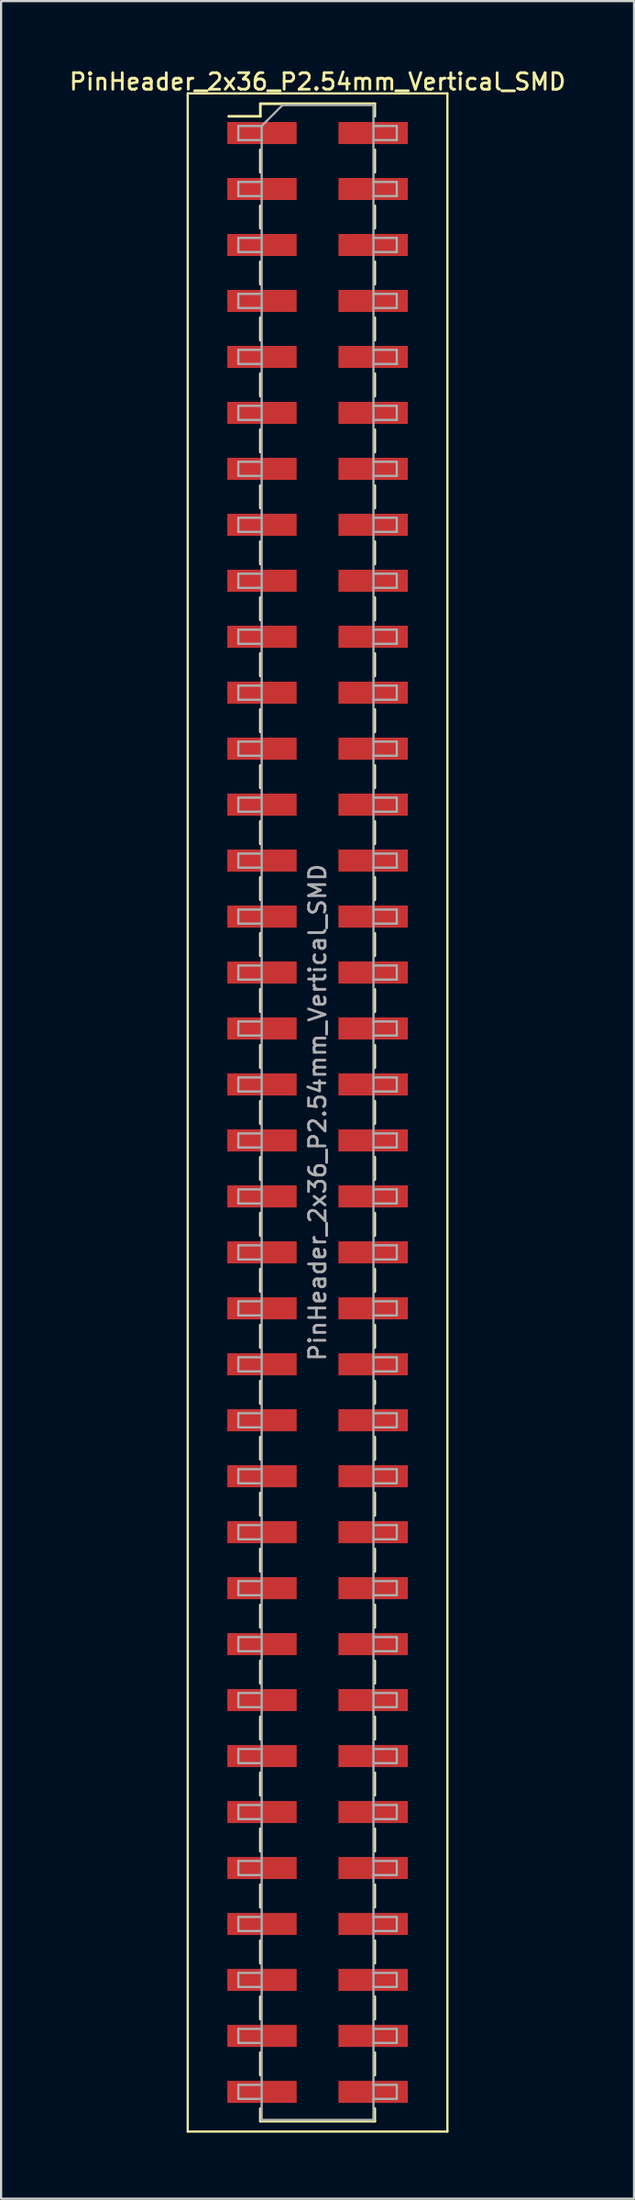
<source format=kicad_pcb>
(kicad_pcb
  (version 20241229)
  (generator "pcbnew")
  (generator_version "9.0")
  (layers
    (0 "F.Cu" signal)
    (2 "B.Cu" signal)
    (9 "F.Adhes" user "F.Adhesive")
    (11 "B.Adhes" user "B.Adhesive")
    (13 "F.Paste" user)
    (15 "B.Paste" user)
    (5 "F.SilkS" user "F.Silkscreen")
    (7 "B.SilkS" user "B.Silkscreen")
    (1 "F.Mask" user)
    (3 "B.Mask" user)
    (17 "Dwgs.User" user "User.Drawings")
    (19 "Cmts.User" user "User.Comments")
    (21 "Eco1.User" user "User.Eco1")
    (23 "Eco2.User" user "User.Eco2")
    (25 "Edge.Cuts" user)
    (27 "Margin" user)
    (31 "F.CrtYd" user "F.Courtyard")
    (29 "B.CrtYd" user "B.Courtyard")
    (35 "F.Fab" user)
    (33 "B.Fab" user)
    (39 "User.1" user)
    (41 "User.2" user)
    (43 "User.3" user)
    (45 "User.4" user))
  (footprint "PinHeader_2x36_P2.54mm_Vertical_SMD"
    (layer "F.Cu")
    (at 11.38 47.438)
    (property "Reference" "PinHeader_2x36_P2.54mm_Vertical_SMD" (at 0 -46.78 0) (layer "F.SilkS") (effects (font (size 0.75 0.75) (thickness 0.125))))
    (attr smd)
    (fp_line (start -5.9 -46.25) (end -5.9 46.25) (stroke (width 0.1) (type solid)) (layer "F.SilkS"))
    (fp_line (start -5.9 46.25) (end 5.9 46.25) (stroke (width 0.1) (type solid)) (layer "F.SilkS"))
    (fp_line (start -4.04 -45.21) (end -2.6 -45.21) (stroke (width 0.12) (type solid)) (layer "F.SilkS"))
    (fp_line (start -2.6 -45.78) (end -2.6 -45.21) (stroke (width 0.12) (type solid)) (layer "F.SilkS"))
    (fp_line (start -2.6 -45.78) (end 2.6 -45.78) (stroke (width 0.12) (type solid)) (layer "F.SilkS"))
    (fp_line (start -2.6 -43.69) (end -2.6 -42.67) (stroke (width 0.12) (type solid)) (layer "F.SilkS"))
    (fp_line (start -2.6 -41.15) (end -2.6 -40.13) (stroke (width 0.12) (type solid)) (layer "F.SilkS"))
    (fp_line (start -2.6 -38.61) (end -2.6 -37.59) (stroke (width 0.12) (type solid)) (layer "F.SilkS"))
    (fp_line (start -2.6 -36.07) (end -2.6 -35.05) (stroke (width 0.12) (type solid)) (layer "F.SilkS"))
    (fp_line (start -2.6 -33.53) (end -2.6 -32.51) (stroke (width 0.12) (type solid)) (layer "F.SilkS"))
    (fp_line (start -2.6 -30.99) (end -2.6 -29.97) (stroke (width 0.12) (type solid)) (layer "F.SilkS"))
    (fp_line (start -2.6 -28.45) (end -2.6 -27.43) (stroke (width 0.12) (type solid)) (layer "F.SilkS"))
    (fp_line (start -2.6 -25.91) (end -2.6 -24.89) (stroke (width 0.12) (type solid)) (layer "F.SilkS"))
    (fp_line (start -2.6 -23.37) (end -2.6 -22.35) (stroke (width 0.12) (type solid)) (layer "F.SilkS"))
    (fp_line (start -2.6 -20.83) (end -2.6 -19.81) (stroke (width 0.12) (type solid)) (layer "F.SilkS"))
    (fp_line (start -2.6 -18.29) (end -2.6 -17.27) (stroke (width 0.12) (type solid)) (layer "F.SilkS"))
    (fp_line (start -2.6 -15.75) (end -2.6 -14.73) (stroke (width 0.12) (type solid)) (layer "F.SilkS"))
    (fp_line (start -2.6 -13.21) (end -2.6 -12.19) (stroke (width 0.12) (type solid)) (layer "F.SilkS"))
    (fp_line (start -2.6 -10.67) (end -2.6 -9.65) (stroke (width 0.12) (type solid)) (layer "F.SilkS"))
    (fp_line (start -2.6 -8.13) (end -2.6 -7.11) (stroke (width 0.12) (type solid)) (layer "F.SilkS"))
    (fp_line (start -2.6 -5.59) (end -2.6 -4.57) (stroke (width 0.12) (type solid)) (layer "F.SilkS"))
    (fp_line (start -2.6 -3.05) (end -2.6 -2.03) (stroke (width 0.12) (type solid)) (layer "F.SilkS"))
    (fp_line (start -2.6 -0.51) (end -2.6 0.51) (stroke (width 0.12) (type solid)) (layer "F.SilkS"))
    (fp_line (start -2.6 2.03) (end -2.6 3.05) (stroke (width 0.12) (type solid)) (layer "F.SilkS"))
    (fp_line (start -2.6 4.57) (end -2.6 5.59) (stroke (width 0.12) (type solid)) (layer "F.SilkS"))
    (fp_line (start -2.6 7.11) (end -2.6 8.13) (stroke (width 0.12) (type solid)) (layer "F.SilkS"))
    (fp_line (start -2.6 9.65) (end -2.6 10.67) (stroke (width 0.12) (type solid)) (layer "F.SilkS"))
    (fp_line (start -2.6 12.19) (end -2.6 13.21) (stroke (width 0.12) (type solid)) (layer "F.SilkS"))
    (fp_line (start -2.6 14.73) (end -2.6 15.75) (stroke (width 0.12) (type solid)) (layer "F.SilkS"))
    (fp_line (start -2.6 17.27) (end -2.6 18.29) (stroke (width 0.12) (type solid)) (layer "F.SilkS"))
    (fp_line (start -2.6 19.81) (end -2.6 20.83) (stroke (width 0.12) (type solid)) (layer "F.SilkS"))
    (fp_line (start -2.6 22.35) (end -2.6 23.37) (stroke (width 0.12) (type solid)) (layer "F.SilkS"))
    (fp_line (start -2.6 24.89) (end -2.6 25.91) (stroke (width 0.12) (type solid)) (layer "F.SilkS"))
    (fp_line (start -2.6 27.43) (end -2.6 28.45) (stroke (width 0.12) (type solid)) (layer "F.SilkS"))
    (fp_line (start -2.6 29.97) (end -2.6 30.99) (stroke (width 0.12) (type solid)) (layer "F.SilkS"))
    (fp_line (start -2.6 32.51) (end -2.6 33.53) (stroke (width 0.12) (type solid)) (layer "F.SilkS"))
    (fp_line (start -2.6 35.05) (end -2.6 36.07) (stroke (width 0.12) (type solid)) (layer "F.SilkS"))
    (fp_line (start -2.6 37.59) (end -2.6 38.61) (stroke (width 0.12) (type solid)) (layer "F.SilkS"))
    (fp_line (start -2.6 40.13) (end -2.6 41.15) (stroke (width 0.12) (type solid)) (layer "F.SilkS"))
    (fp_line (start -2.6 42.67) (end -2.6 43.69) (stroke (width 0.12) (type solid)) (layer "F.SilkS"))
    (fp_line (start -2.6 45.21) (end -2.6 45.78) (stroke (width 0.12) (type solid)) (layer "F.SilkS"))
    (fp_line (start -2.6 45.78) (end 2.6 45.78) (stroke (width 0.12) (type solid)) (layer "F.SilkS"))
    (fp_line (start 2.6 -45.78) (end 2.6 -45.21) (stroke (width 0.12) (type solid)) (layer "F.SilkS"))
    (fp_line (start 2.6 -43.69) (end 2.6 -42.67) (stroke (width 0.12) (type solid)) (layer "F.SilkS"))
    (fp_line (start 2.6 -41.15) (end 2.6 -40.13) (stroke (width 0.12) (type solid)) (layer "F.SilkS"))
    (fp_line (start 2.6 -38.61) (end 2.6 -37.59) (stroke (width 0.12) (type solid)) (layer "F.SilkS"))
    (fp_line (start 2.6 -36.07) (end 2.6 -35.05) (stroke (width 0.12) (type solid)) (layer "F.SilkS"))
    (fp_line (start 2.6 -33.53) (end 2.6 -32.51) (stroke (width 0.12) (type solid)) (layer "F.SilkS"))
    (fp_line (start 2.6 -30.99) (end 2.6 -29.97) (stroke (width 0.12) (type solid)) (layer "F.SilkS"))
    (fp_line (start 2.6 -28.45) (end 2.6 -27.43) (stroke (width 0.12) (type solid)) (layer "F.SilkS"))
    (fp_line (start 2.6 -25.91) (end 2.6 -24.89) (stroke (width 0.12) (type solid)) (layer "F.SilkS"))
    (fp_line (start 2.6 -23.37) (end 2.6 -22.35) (stroke (width 0.12) (type solid)) (layer "F.SilkS"))
    (fp_line (start 2.6 -20.83) (end 2.6 -19.81) (stroke (width 0.12) (type solid)) (layer "F.SilkS"))
    (fp_line (start 2.6 -18.29) (end 2.6 -17.27) (stroke (width 0.12) (type solid)) (layer "F.SilkS"))
    (fp_line (start 2.6 -15.75) (end 2.6 -14.73) (stroke (width 0.12) (type solid)) (layer "F.SilkS"))
    (fp_line (start 2.6 -13.21) (end 2.6 -12.19) (stroke (width 0.12) (type solid)) (layer "F.SilkS"))
    (fp_line (start 2.6 -10.67) (end 2.6 -9.65) (stroke (width 0.12) (type solid)) (layer "F.SilkS"))
    (fp_line (start 2.6 -8.13) (end 2.6 -7.11) (stroke (width 0.12) (type solid)) (layer "F.SilkS"))
    (fp_line (start 2.6 -5.59) (end 2.6 -4.57) (stroke (width 0.12) (type solid)) (layer "F.SilkS"))
    (fp_line (start 2.6 -3.05) (end 2.6 -2.03) (stroke (width 0.12) (type solid)) (layer "F.SilkS"))
    (fp_line (start 2.6 -0.51) (end 2.6 0.51) (stroke (width 0.12) (type solid)) (layer "F.SilkS"))
    (fp_line (start 2.6 2.03) (end 2.6 3.05) (stroke (width 0.12) (type solid)) (layer "F.SilkS"))
    (fp_line (start 2.6 4.57) (end 2.6 5.59) (stroke (width 0.12) (type solid)) (layer "F.SilkS"))
    (fp_line (start 2.6 7.11) (end 2.6 8.13) (stroke (width 0.12) (type solid)) (layer "F.SilkS"))
    (fp_line (start 2.6 9.65) (end 2.6 10.67) (stroke (width 0.12) (type solid)) (layer "F.SilkS"))
    (fp_line (start 2.6 12.19) (end 2.6 13.21) (stroke (width 0.12) (type solid)) (layer "F.SilkS"))
    (fp_line (start 2.6 14.73) (end 2.6 15.75) (stroke (width 0.12) (type solid)) (layer "F.SilkS"))
    (fp_line (start 2.6 17.27) (end 2.6 18.29) (stroke (width 0.12) (type solid)) (layer "F.SilkS"))
    (fp_line (start 2.6 19.81) (end 2.6 20.83) (stroke (width 0.12) (type solid)) (layer "F.SilkS"))
    (fp_line (start 2.6 22.35) (end 2.6 23.37) (stroke (width 0.12) (type solid)) (layer "F.SilkS"))
    (fp_line (start 2.6 24.89) (end 2.6 25.91) (stroke (width 0.12) (type solid)) (layer "F.SilkS"))
    (fp_line (start 2.6 27.43) (end 2.6 28.45) (stroke (width 0.12) (type solid)) (layer "F.SilkS"))
    (fp_line (start 2.6 29.97) (end 2.6 30.99) (stroke (width 0.12) (type solid)) (layer "F.SilkS"))
    (fp_line (start 2.6 32.51) (end 2.6 33.53) (stroke (width 0.12) (type solid)) (layer "F.SilkS"))
    (fp_line (start 2.6 35.05) (end 2.6 36.07) (stroke (width 0.12) (type solid)) (layer "F.SilkS"))
    (fp_line (start 2.6 37.59) (end 2.6 38.61) (stroke (width 0.12) (type solid)) (layer "F.SilkS"))
    (fp_line (start 2.6 40.13) (end 2.6 41.15) (stroke (width 0.12) (type solid)) (layer "F.SilkS"))
    (fp_line (start 2.6 42.67) (end 2.6 43.69) (stroke (width 0.12) (type solid)) (layer "F.SilkS"))
    (fp_line (start 2.6 45.21) (end 2.6 45.78) (stroke (width 0.12) (type solid)) (layer "F.SilkS"))
    (fp_line (start 5.9 -46.25) (end -5.9 -46.25) (stroke (width 0.1) (type solid)) (layer "F.SilkS"))
    (fp_line (start 5.9 46.25) (end 5.9 -46.25) (stroke (width 0.1) (type solid)) (layer "F.SilkS"))
    (fp_line (start -3.6 -44.77) (end -3.6 -44.13) (stroke (width 0.1) (type solid)) (layer "F.Fab"))
    (fp_line (start -3.6 -44.13) (end -2.54 -44.13) (stroke (width 0.1) (type solid)) (layer "F.Fab"))
    (fp_line (start -3.6 -42.23) (end -3.6 -41.59) (stroke (width 0.1) (type solid)) (layer "F.Fab"))
    (fp_line (start -3.6 -41.59) (end -2.54 -41.59) (stroke (width 0.1) (type solid)) (layer "F.Fab"))
    (fp_line (start -3.6 -39.69) (end -3.6 -39.05) (stroke (width 0.1) (type solid)) (layer "F.Fab"))
    (fp_line (start -3.6 -39.05) (end -2.54 -39.05) (stroke (width 0.1) (type solid)) (layer "F.Fab"))
    (fp_line (start -3.6 -37.15) (end -3.6 -36.51) (stroke (width 0.1) (type solid)) (layer "F.Fab"))
    (fp_line (start -3.6 -36.51) (end -2.54 -36.51) (stroke (width 0.1) (type solid)) (layer "F.Fab"))
    (fp_line (start -3.6 -34.61) (end -3.6 -33.97) (stroke (width 0.1) (type solid)) (layer "F.Fab"))
    (fp_line (start -3.6 -33.97) (end -2.54 -33.97) (stroke (width 0.1) (type solid)) (layer "F.Fab"))
    (fp_line (start -3.6 -32.07) (end -3.6 -31.43) (stroke (width 0.1) (type solid)) (layer "F.Fab"))
    (fp_line (start -3.6 -31.43) (end -2.54 -31.43) (stroke (width 0.1) (type solid)) (layer "F.Fab"))
    (fp_line (start -3.6 -29.53) (end -3.6 -28.89) (stroke (width 0.1) (type solid)) (layer "F.Fab"))
    (fp_line (start -3.6 -28.89) (end -2.54 -28.89) (stroke (width 0.1) (type solid)) (layer "F.Fab"))
    (fp_line (start -3.6 -26.99) (end -3.6 -26.35) (stroke (width 0.1) (type solid)) (layer "F.Fab"))
    (fp_line (start -3.6 -26.35) (end -2.54 -26.35) (stroke (width 0.1) (type solid)) (layer "F.Fab"))
    (fp_line (start -3.6 -24.45) (end -3.6 -23.81) (stroke (width 0.1) (type solid)) (layer "F.Fab"))
    (fp_line (start -3.6 -23.81) (end -2.54 -23.81) (stroke (width 0.1) (type solid)) (layer "F.Fab"))
    (fp_line (start -3.6 -21.91) (end -3.6 -21.27) (stroke (width 0.1) (type solid)) (layer "F.Fab"))
    (fp_line (start -3.6 -21.27) (end -2.54 -21.27) (stroke (width 0.1) (type solid)) (layer "F.Fab"))
    (fp_line (start -3.6 -19.37) (end -3.6 -18.73) (stroke (width 0.1) (type solid)) (layer "F.Fab"))
    (fp_line (start -3.6 -18.73) (end -2.54 -18.73) (stroke (width 0.1) (type solid)) (layer "F.Fab"))
    (fp_line (start -3.6 -16.83) (end -3.6 -16.19) (stroke (width 0.1) (type solid)) (layer "F.Fab"))
    (fp_line (start -3.6 -16.19) (end -2.54 -16.19) (stroke (width 0.1) (type solid)) (layer "F.Fab"))
    (fp_line (start -3.6 -14.29) (end -3.6 -13.65) (stroke (width 0.1) (type solid)) (layer "F.Fab"))
    (fp_line (start -3.6 -13.65) (end -2.54 -13.65) (stroke (width 0.1) (type solid)) (layer "F.Fab"))
    (fp_line (start -3.6 -11.75) (end -3.6 -11.11) (stroke (width 0.1) (type solid)) (layer "F.Fab"))
    (fp_line (start -3.6 -11.11) (end -2.54 -11.11) (stroke (width 0.1) (type solid)) (layer "F.Fab"))
    (fp_line (start -3.6 -9.21) (end -3.6 -8.57) (stroke (width 0.1) (type solid)) (layer "F.Fab"))
    (fp_line (start -3.6 -8.57) (end -2.54 -8.57) (stroke (width 0.1) (type solid)) (layer "F.Fab"))
    (fp_line (start -3.6 -6.67) (end -3.6 -6.03) (stroke (width 0.1) (type solid)) (layer "F.Fab"))
    (fp_line (start -3.6 -6.03) (end -2.54 -6.03) (stroke (width 0.1) (type solid)) (layer "F.Fab"))
    (fp_line (start -3.6 -4.13) (end -3.6 -3.49) (stroke (width 0.1) (type solid)) (layer "F.Fab"))
    (fp_line (start -3.6 -3.49) (end -2.54 -3.49) (stroke (width 0.1) (type solid)) (layer "F.Fab"))
    (fp_line (start -3.6 -1.59) (end -3.6 -0.95) (stroke (width 0.1) (type solid)) (layer "F.Fab"))
    (fp_line (start -3.6 -0.95) (end -2.54 -0.95) (stroke (width 0.1) (type solid)) (layer "F.Fab"))
    (fp_line (start -3.6 0.95) (end -3.6 1.59) (stroke (width 0.1) (type solid)) (layer "F.Fab"))
    (fp_line (start -3.6 1.59) (end -2.54 1.59) (stroke (width 0.1) (type solid)) (layer "F.Fab"))
    (fp_line (start -3.6 3.49) (end -3.6 4.13) (stroke (width 0.1) (type solid)) (layer "F.Fab"))
    (fp_line (start -3.6 4.13) (end -2.54 4.13) (stroke (width 0.1) (type solid)) (layer "F.Fab"))
    (fp_line (start -3.6 6.03) (end -3.6 6.67) (stroke (width 0.1) (type solid)) (layer "F.Fab"))
    (fp_line (start -3.6 6.67) (end -2.54 6.67) (stroke (width 0.1) (type solid)) (layer "F.Fab"))
    (fp_line (start -3.6 8.57) (end -3.6 9.21) (stroke (width 0.1) (type solid)) (layer "F.Fab"))
    (fp_line (start -3.6 9.21) (end -2.54 9.21) (stroke (width 0.1) (type solid)) (layer "F.Fab"))
    (fp_line (start -3.6 11.11) (end -3.6 11.75) (stroke (width 0.1) (type solid)) (layer "F.Fab"))
    (fp_line (start -3.6 11.75) (end -2.54 11.75) (stroke (width 0.1) (type solid)) (layer "F.Fab"))
    (fp_line (start -3.6 13.65) (end -3.6 14.29) (stroke (width 0.1) (type solid)) (layer "F.Fab"))
    (fp_line (start -3.6 14.29) (end -2.54 14.29) (stroke (width 0.1) (type solid)) (layer "F.Fab"))
    (fp_line (start -3.6 16.19) (end -3.6 16.83) (stroke (width 0.1) (type solid)) (layer "F.Fab"))
    (fp_line (start -3.6 16.83) (end -2.54 16.83) (stroke (width 0.1) (type solid)) (layer "F.Fab"))
    (fp_line (start -3.6 18.73) (end -3.6 19.37) (stroke (width 0.1) (type solid)) (layer "F.Fab"))
    (fp_line (start -3.6 19.37) (end -2.54 19.37) (stroke (width 0.1) (type solid)) (layer "F.Fab"))
    (fp_line (start -3.6 21.27) (end -3.6 21.91) (stroke (width 0.1) (type solid)) (layer "F.Fab"))
    (fp_line (start -3.6 21.91) (end -2.54 21.91) (stroke (width 0.1) (type solid)) (layer "F.Fab"))
    (fp_line (start -3.6 23.81) (end -3.6 24.45) (stroke (width 0.1) (type solid)) (layer "F.Fab"))
    (fp_line (start -3.6 24.45) (end -2.54 24.45) (stroke (width 0.1) (type solid)) (layer "F.Fab"))
    (fp_line (start -3.6 26.35) (end -3.6 26.99) (stroke (width 0.1) (type solid)) (layer "F.Fab"))
    (fp_line (start -3.6 26.99) (end -2.54 26.99) (stroke (width 0.1) (type solid)) (layer "F.Fab"))
    (fp_line (start -3.6 28.89) (end -3.6 29.53) (stroke (width 0.1) (type solid)) (layer "F.Fab"))
    (fp_line (start -3.6 29.53) (end -2.54 29.53) (stroke (width 0.1) (type solid)) (layer "F.Fab"))
    (fp_line (start -3.6 31.43) (end -3.6 32.07) (stroke (width 0.1) (type solid)) (layer "F.Fab"))
    (fp_line (start -3.6 32.07) (end -2.54 32.07) (stroke (width 0.1) (type solid)) (layer "F.Fab"))
    (fp_line (start -3.6 33.97) (end -3.6 34.61) (stroke (width 0.1) (type solid)) (layer "F.Fab"))
    (fp_line (start -3.6 34.61) (end -2.54 34.61) (stroke (width 0.1) (type solid)) (layer "F.Fab"))
    (fp_line (start -3.6 36.51) (end -3.6 37.15) (stroke (width 0.1) (type solid)) (layer "F.Fab"))
    (fp_line (start -3.6 37.15) (end -2.54 37.15) (stroke (width 0.1) (type solid)) (layer "F.Fab"))
    (fp_line (start -3.6 39.05) (end -3.6 39.69) (stroke (width 0.1) (type solid)) (layer "F.Fab"))
    (fp_line (start -3.6 39.69) (end -2.54 39.69) (stroke (width 0.1) (type solid)) (layer "F.Fab"))
    (fp_line (start -3.6 41.59) (end -3.6 42.23) (stroke (width 0.1) (type solid)) (layer "F.Fab"))
    (fp_line (start -3.6 42.23) (end -2.54 42.23) (stroke (width 0.1) (type solid)) (layer "F.Fab"))
    (fp_line (start -3.6 44.13) (end -3.6 44.77) (stroke (width 0.1) (type solid)) (layer "F.Fab"))
    (fp_line (start -3.6 44.77) (end -2.54 44.77) (stroke (width 0.1) (type solid)) (layer "F.Fab"))
    (fp_line (start -2.54 -44.77) (end -3.6 -44.77) (stroke (width 0.1) (type solid)) (layer "F.Fab"))
    (fp_line (start -2.54 -44.77) (end -1.59 -45.72) (stroke (width 0.1) (type solid)) (layer "F.Fab"))
    (fp_line (start -2.54 -42.23) (end -3.6 -42.23) (stroke (width 0.1) (type solid)) (layer "F.Fab"))
    (fp_line (start -2.54 -39.69) (end -3.6 -39.69) (stroke (width 0.1) (type solid)) (layer "F.Fab"))
    (fp_line (start -2.54 -37.15) (end -3.6 -37.15) (stroke (width 0.1) (type solid)) (layer "F.Fab"))
    (fp_line (start -2.54 -34.61) (end -3.6 -34.61) (stroke (width 0.1) (type solid)) (layer "F.Fab"))
    (fp_line (start -2.54 -32.07) (end -3.6 -32.07) (stroke (width 0.1) (type solid)) (layer "F.Fab"))
    (fp_line (start -2.54 -29.53) (end -3.6 -29.53) (stroke (width 0.1) (type solid)) (layer "F.Fab"))
    (fp_line (start -2.54 -26.99) (end -3.6 -26.99) (stroke (width 0.1) (type solid)) (layer "F.Fab"))
    (fp_line (start -2.54 -24.45) (end -3.6 -24.45) (stroke (width 0.1) (type solid)) (layer "F.Fab"))
    (fp_line (start -2.54 -21.91) (end -3.6 -21.91) (stroke (width 0.1) (type solid)) (layer "F.Fab"))
    (fp_line (start -2.54 -19.37) (end -3.6 -19.37) (stroke (width 0.1) (type solid)) (layer "F.Fab"))
    (fp_line (start -2.54 -16.83) (end -3.6 -16.83) (stroke (width 0.1) (type solid)) (layer "F.Fab"))
    (fp_line (start -2.54 -14.29) (end -3.6 -14.29) (stroke (width 0.1) (type solid)) (layer "F.Fab"))
    (fp_line (start -2.54 -11.75) (end -3.6 -11.75) (stroke (width 0.1) (type solid)) (layer "F.Fab"))
    (fp_line (start -2.54 -9.21) (end -3.6 -9.21) (stroke (width 0.1) (type solid)) (layer "F.Fab"))
    (fp_line (start -2.54 -6.67) (end -3.6 -6.67) (stroke (width 0.1) (type solid)) (layer "F.Fab"))
    (fp_line (start -2.54 -4.13) (end -3.6 -4.13) (stroke (width 0.1) (type solid)) (layer "F.Fab"))
    (fp_line (start -2.54 -1.59) (end -3.6 -1.59) (stroke (width 0.1) (type solid)) (layer "F.Fab"))
    (fp_line (start -2.54 0.95) (end -3.6 0.95) (stroke (width 0.1) (type solid)) (layer "F.Fab"))
    (fp_line (start -2.54 3.49) (end -3.6 3.49) (stroke (width 0.1) (type solid)) (layer "F.Fab"))
    (fp_line (start -2.54 6.03) (end -3.6 6.03) (stroke (width 0.1) (type solid)) (layer "F.Fab"))
    (fp_line (start -2.54 8.57) (end -3.6 8.57) (stroke (width 0.1) (type solid)) (layer "F.Fab"))
    (fp_line (start -2.54 11.11) (end -3.6 11.11) (stroke (width 0.1) (type solid)) (layer "F.Fab"))
    (fp_line (start -2.54 13.65) (end -3.6 13.65) (stroke (width 0.1) (type solid)) (layer "F.Fab"))
    (fp_line (start -2.54 16.19) (end -3.6 16.19) (stroke (width 0.1) (type solid)) (layer "F.Fab"))
    (fp_line (start -2.54 18.73) (end -3.6 18.73) (stroke (width 0.1) (type solid)) (layer "F.Fab"))
    (fp_line (start -2.54 21.27) (end -3.6 21.27) (stroke (width 0.1) (type solid)) (layer "F.Fab"))
    (fp_line (start -2.54 23.81) (end -3.6 23.81) (stroke (width 0.1) (type solid)) (layer "F.Fab"))
    (fp_line (start -2.54 26.35) (end -3.6 26.35) (stroke (width 0.1) (type solid)) (layer "F.Fab"))
    (fp_line (start -2.54 28.89) (end -3.6 28.89) (stroke (width 0.1) (type solid)) (layer "F.Fab"))
    (fp_line (start -2.54 31.43) (end -3.6 31.43) (stroke (width 0.1) (type solid)) (layer "F.Fab"))
    (fp_line (start -2.54 33.97) (end -3.6 33.97) (stroke (width 0.1) (type solid)) (layer "F.Fab"))
    (fp_line (start -2.54 36.51) (end -3.6 36.51) (stroke (width 0.1) (type solid)) (layer "F.Fab"))
    (fp_line (start -2.54 39.05) (end -3.6 39.05) (stroke (width 0.1) (type solid)) (layer "F.Fab"))
    (fp_line (start -2.54 41.59) (end -3.6 41.59) (stroke (width 0.1) (type solid)) (layer "F.Fab"))
    (fp_line (start -2.54 44.13) (end -3.6 44.13) (stroke (width 0.1) (type solid)) (layer "F.Fab"))
    (fp_line (start -2.54 45.72) (end -2.54 -44.77) (stroke (width 0.1) (type solid)) (layer "F.Fab"))
    (fp_line (start -1.59 -45.72) (end 2.54 -45.72) (stroke (width 0.1) (type solid)) (layer "F.Fab"))
    (fp_line (start 2.54 -45.72) (end 2.54 45.72) (stroke (width 0.1) (type solid)) (layer "F.Fab"))
    (fp_line (start 2.54 -44.77) (end 3.6 -44.77) (stroke (width 0.1) (type solid)) (layer "F.Fab"))
    (fp_line (start 2.54 -42.23) (end 3.6 -42.23) (stroke (width 0.1) (type solid)) (layer "F.Fab"))
    (fp_line (start 2.54 -39.69) (end 3.6 -39.69) (stroke (width 0.1) (type solid)) (layer "F.Fab"))
    (fp_line (start 2.54 -37.15) (end 3.6 -37.15) (stroke (width 0.1) (type solid)) (layer "F.Fab"))
    (fp_line (start 2.54 -34.61) (end 3.6 -34.61) (stroke (width 0.1) (type solid)) (layer "F.Fab"))
    (fp_line (start 2.54 -32.07) (end 3.6 -32.07) (stroke (width 0.1) (type solid)) (layer "F.Fab"))
    (fp_line (start 2.54 -29.53) (end 3.6 -29.53) (stroke (width 0.1) (type solid)) (layer "F.Fab"))
    (fp_line (start 2.54 -26.99) (end 3.6 -26.99) (stroke (width 0.1) (type solid)) (layer "F.Fab"))
    (fp_line (start 2.54 -24.45) (end 3.6 -24.45) (stroke (width 0.1) (type solid)) (layer "F.Fab"))
    (fp_line (start 2.54 -21.91) (end 3.6 -21.91) (stroke (width 0.1) (type solid)) (layer "F.Fab"))
    (fp_line (start 2.54 -19.37) (end 3.6 -19.37) (stroke (width 0.1) (type solid)) (layer "F.Fab"))
    (fp_line (start 2.54 -16.83) (end 3.6 -16.83) (stroke (width 0.1) (type solid)) (layer "F.Fab"))
    (fp_line (start 2.54 -14.29) (end 3.6 -14.29) (stroke (width 0.1) (type solid)) (layer "F.Fab"))
    (fp_line (start 2.54 -11.75) (end 3.6 -11.75) (stroke (width 0.1) (type solid)) (layer "F.Fab"))
    (fp_line (start 2.54 -9.21) (end 3.6 -9.21) (stroke (width 0.1) (type solid)) (layer "F.Fab"))
    (fp_line (start 2.54 -6.67) (end 3.6 -6.67) (stroke (width 0.1) (type solid)) (layer "F.Fab"))
    (fp_line (start 2.54 -4.13) (end 3.6 -4.13) (stroke (width 0.1) (type solid)) (layer "F.Fab"))
    (fp_line (start 2.54 -1.59) (end 3.6 -1.59) (stroke (width 0.1) (type solid)) (layer "F.Fab"))
    (fp_line (start 2.54 0.95) (end 3.6 0.95) (stroke (width 0.1) (type solid)) (layer "F.Fab"))
    (fp_line (start 2.54 3.49) (end 3.6 3.49) (stroke (width 0.1) (type solid)) (layer "F.Fab"))
    (fp_line (start 2.54 6.03) (end 3.6 6.03) (stroke (width 0.1) (type solid)) (layer "F.Fab"))
    (fp_line (start 2.54 8.57) (end 3.6 8.57) (stroke (width 0.1) (type solid)) (layer "F.Fab"))
    (fp_line (start 2.54 11.11) (end 3.6 11.11) (stroke (width 0.1) (type solid)) (layer "F.Fab"))
    (fp_line (start 2.54 13.65) (end 3.6 13.65) (stroke (width 0.1) (type solid)) (layer "F.Fab"))
    (fp_line (start 2.54 16.19) (end 3.6 16.19) (stroke (width 0.1) (type solid)) (layer "F.Fab"))
    (fp_line (start 2.54 18.73) (end 3.6 18.73) (stroke (width 0.1) (type solid)) (layer "F.Fab"))
    (fp_line (start 2.54 21.27) (end 3.6 21.27) (stroke (width 0.1) (type solid)) (layer "F.Fab"))
    (fp_line (start 2.54 23.81) (end 3.6 23.81) (stroke (width 0.1) (type solid)) (layer "F.Fab"))
    (fp_line (start 2.54 26.35) (end 3.6 26.35) (stroke (width 0.1) (type solid)) (layer "F.Fab"))
    (fp_line (start 2.54 28.89) (end 3.6 28.89) (stroke (width 0.1) (type solid)) (layer "F.Fab"))
    (fp_line (start 2.54 31.43) (end 3.6 31.43) (stroke (width 0.1) (type solid)) (layer "F.Fab"))
    (fp_line (start 2.54 33.97) (end 3.6 33.97) (stroke (width 0.1) (type solid)) (layer "F.Fab"))
    (fp_line (start 2.54 36.51) (end 3.6 36.51) (stroke (width 0.1) (type solid)) (layer "F.Fab"))
    (fp_line (start 2.54 39.05) (end 3.6 39.05) (stroke (width 0.1) (type solid)) (layer "F.Fab"))
    (fp_line (start 2.54 41.59) (end 3.6 41.59) (stroke (width 0.1) (type solid)) (layer "F.Fab"))
    (fp_line (start 2.54 44.13) (end 3.6 44.13) (stroke (width 0.1) (type solid)) (layer "F.Fab"))
    (fp_line (start 2.54 45.72) (end -2.54 45.72) (stroke (width 0.1) (type solid)) (layer "F.Fab"))
    (fp_line (start 3.6 -44.77) (end 3.6 -44.13) (stroke (width 0.1) (type solid)) (layer "F.Fab"))
    (fp_line (start 3.6 -44.13) (end 2.54 -44.13) (stroke (width 0.1) (type solid)) (layer "F.Fab"))
    (fp_line (start 3.6 -42.23) (end 3.6 -41.59) (stroke (width 0.1) (type solid)) (layer "F.Fab"))
    (fp_line (start 3.6 -41.59) (end 2.54 -41.59) (stroke (width 0.1) (type solid)) (layer "F.Fab"))
    (fp_line (start 3.6 -39.69) (end 3.6 -39.05) (stroke (width 0.1) (type solid)) (layer "F.Fab"))
    (fp_line (start 3.6 -39.05) (end 2.54 -39.05) (stroke (width 0.1) (type solid)) (layer "F.Fab"))
    (fp_line (start 3.6 -37.15) (end 3.6 -36.51) (stroke (width 0.1) (type solid)) (layer "F.Fab"))
    (fp_line (start 3.6 -36.51) (end 2.54 -36.51) (stroke (width 0.1) (type solid)) (layer "F.Fab"))
    (fp_line (start 3.6 -34.61) (end 3.6 -33.97) (stroke (width 0.1) (type solid)) (layer "F.Fab"))
    (fp_line (start 3.6 -33.97) (end 2.54 -33.97) (stroke (width 0.1) (type solid)) (layer "F.Fab"))
    (fp_line (start 3.6 -32.07) (end 3.6 -31.43) (stroke (width 0.1) (type solid)) (layer "F.Fab"))
    (fp_line (start 3.6 -31.43) (end 2.54 -31.43) (stroke (width 0.1) (type solid)) (layer "F.Fab"))
    (fp_line (start 3.6 -29.53) (end 3.6 -28.89) (stroke (width 0.1) (type solid)) (layer "F.Fab"))
    (fp_line (start 3.6 -28.89) (end 2.54 -28.89) (stroke (width 0.1) (type solid)) (layer "F.Fab"))
    (fp_line (start 3.6 -26.99) (end 3.6 -26.35) (stroke (width 0.1) (type solid)) (layer "F.Fab"))
    (fp_line (start 3.6 -26.35) (end 2.54 -26.35) (stroke (width 0.1) (type solid)) (layer "F.Fab"))
    (fp_line (start 3.6 -24.45) (end 3.6 -23.81) (stroke (width 0.1) (type solid)) (layer "F.Fab"))
    (fp_line (start 3.6 -23.81) (end 2.54 -23.81) (stroke (width 0.1) (type solid)) (layer "F.Fab"))
    (fp_line (start 3.6 -21.91) (end 3.6 -21.27) (stroke (width 0.1) (type solid)) (layer "F.Fab"))
    (fp_line (start 3.6 -21.27) (end 2.54 -21.27) (stroke (width 0.1) (type solid)) (layer "F.Fab"))
    (fp_line (start 3.6 -19.37) (end 3.6 -18.73) (stroke (width 0.1) (type solid)) (layer "F.Fab"))
    (fp_line (start 3.6 -18.73) (end 2.54 -18.73) (stroke (width 0.1) (type solid)) (layer "F.Fab"))
    (fp_line (start 3.6 -16.83) (end 3.6 -16.19) (stroke (width 0.1) (type solid)) (layer "F.Fab"))
    (fp_line (start 3.6 -16.19) (end 2.54 -16.19) (stroke (width 0.1) (type solid)) (layer "F.Fab"))
    (fp_line (start 3.6 -14.29) (end 3.6 -13.65) (stroke (width 0.1) (type solid)) (layer "F.Fab"))
    (fp_line (start 3.6 -13.65) (end 2.54 -13.65) (stroke (width 0.1) (type solid)) (layer "F.Fab"))
    (fp_line (start 3.6 -11.75) (end 3.6 -11.11) (stroke (width 0.1) (type solid)) (layer "F.Fab"))
    (fp_line (start 3.6 -11.11) (end 2.54 -11.11) (stroke (width 0.1) (type solid)) (layer "F.Fab"))
    (fp_line (start 3.6 -9.21) (end 3.6 -8.57) (stroke (width 0.1) (type solid)) (layer "F.Fab"))
    (fp_line (start 3.6 -8.57) (end 2.54 -8.57) (stroke (width 0.1) (type solid)) (layer "F.Fab"))
    (fp_line (start 3.6 -6.67) (end 3.6 -6.03) (stroke (width 0.1) (type solid)) (layer "F.Fab"))
    (fp_line (start 3.6 -6.03) (end 2.54 -6.03) (stroke (width 0.1) (type solid)) (layer "F.Fab"))
    (fp_line (start 3.6 -4.13) (end 3.6 -3.49) (stroke (width 0.1) (type solid)) (layer "F.Fab"))
    (fp_line (start 3.6 -3.49) (end 2.54 -3.49) (stroke (width 0.1) (type solid)) (layer "F.Fab"))
    (fp_line (start 3.6 -1.59) (end 3.6 -0.95) (stroke (width 0.1) (type solid)) (layer "F.Fab"))
    (fp_line (start 3.6 -0.95) (end 2.54 -0.95) (stroke (width 0.1) (type solid)) (layer "F.Fab"))
    (fp_line (start 3.6 0.95) (end 3.6 1.59) (stroke (width 0.1) (type solid)) (layer "F.Fab"))
    (fp_line (start 3.6 1.59) (end 2.54 1.59) (stroke (width 0.1) (type solid)) (layer "F.Fab"))
    (fp_line (start 3.6 3.49) (end 3.6 4.13) (stroke (width 0.1) (type solid)) (layer "F.Fab"))
    (fp_line (start 3.6 4.13) (end 2.54 4.13) (stroke (width 0.1) (type solid)) (layer "F.Fab"))
    (fp_line (start 3.6 6.03) (end 3.6 6.67) (stroke (width 0.1) (type solid)) (layer "F.Fab"))
    (fp_line (start 3.6 6.67) (end 2.54 6.67) (stroke (width 0.1) (type solid)) (layer "F.Fab"))
    (fp_line (start 3.6 8.57) (end 3.6 9.21) (stroke (width 0.1) (type solid)) (layer "F.Fab"))
    (fp_line (start 3.6 9.21) (end 2.54 9.21) (stroke (width 0.1) (type solid)) (layer "F.Fab"))
    (fp_line (start 3.6 11.11) (end 3.6 11.75) (stroke (width 0.1) (type solid)) (layer "F.Fab"))
    (fp_line (start 3.6 11.75) (end 2.54 11.75) (stroke (width 0.1) (type solid)) (layer "F.Fab"))
    (fp_line (start 3.6 13.65) (end 3.6 14.29) (stroke (width 0.1) (type solid)) (layer "F.Fab"))
    (fp_line (start 3.6 14.29) (end 2.54 14.29) (stroke (width 0.1) (type solid)) (layer "F.Fab"))
    (fp_line (start 3.6 16.19) (end 3.6 16.83) (stroke (width 0.1) (type solid)) (layer "F.Fab"))
    (fp_line (start 3.6 16.83) (end 2.54 16.83) (stroke (width 0.1) (type solid)) (layer "F.Fab"))
    (fp_line (start 3.6 18.73) (end 3.6 19.37) (stroke (width 0.1) (type solid)) (layer "F.Fab"))
    (fp_line (start 3.6 19.37) (end 2.54 19.37) (stroke (width 0.1) (type solid)) (layer "F.Fab"))
    (fp_line (start 3.6 21.27) (end 3.6 21.91) (stroke (width 0.1) (type solid)) (layer "F.Fab"))
    (fp_line (start 3.6 21.91) (end 2.54 21.91) (stroke (width 0.1) (type solid)) (layer "F.Fab"))
    (fp_line (start 3.6 23.81) (end 3.6 24.45) (stroke (width 0.1) (type solid)) (layer "F.Fab"))
    (fp_line (start 3.6 24.45) (end 2.54 24.45) (stroke (width 0.1) (type solid)) (layer "F.Fab"))
    (fp_line (start 3.6 26.35) (end 3.6 26.99) (stroke (width 0.1) (type solid)) (layer "F.Fab"))
    (fp_line (start 3.6 26.99) (end 2.54 26.99) (stroke (width 0.1) (type solid)) (layer "F.Fab"))
    (fp_line (start 3.6 28.89) (end 3.6 29.53) (stroke (width 0.1) (type solid)) (layer "F.Fab"))
    (fp_line (start 3.6 29.53) (end 2.54 29.53) (stroke (width 0.1) (type solid)) (layer "F.Fab"))
    (fp_line (start 3.6 31.43) (end 3.6 32.07) (stroke (width 0.1) (type solid)) (layer "F.Fab"))
    (fp_line (start 3.6 32.07) (end 2.54 32.07) (stroke (width 0.1) (type solid)) (layer "F.Fab"))
    (fp_line (start 3.6 33.97) (end 3.6 34.61) (stroke (width 0.1) (type solid)) (layer "F.Fab"))
    (fp_line (start 3.6 34.61) (end 2.54 34.61) (stroke (width 0.1) (type solid)) (layer "F.Fab"))
    (fp_line (start 3.6 36.51) (end 3.6 37.15) (stroke (width 0.1) (type solid)) (layer "F.Fab"))
    (fp_line (start 3.6 37.15) (end 2.54 37.15) (stroke (width 0.1) (type solid)) (layer "F.Fab"))
    (fp_line (start 3.6 39.05) (end 3.6 39.69) (stroke (width 0.1) (type solid)) (layer "F.Fab"))
    (fp_line (start 3.6 39.69) (end 2.54 39.69) (stroke (width 0.1) (type solid)) (layer "F.Fab"))
    (fp_line (start 3.6 41.59) (end 3.6 42.23) (stroke (width 0.1) (type solid)) (layer "F.Fab"))
    (fp_line (start 3.6 42.23) (end 2.54 42.23) (stroke (width 0.1) (type solid)) (layer "F.Fab"))
    (fp_line (start 3.6 44.13) (end 3.6 44.77) (stroke (width 0.1) (type solid)) (layer "F.Fab"))
    (fp_line (start 3.6 44.77) (end 2.54 44.77) (stroke (width 0.1) (type solid)) (layer "F.Fab"))
    (fp_text user "${REFERENCE}" (at 0 0 90) (layer "F.Fab") (effects (font (size 0.75 0.75) (thickness 0.125))))
    (pad "1" smd rect (at -2.525 -44.45) (size 3.15 1) (layers "F.Cu" "F.Mask" "F.Paste"))
    (pad "2" smd rect (at 2.525 -44.45) (size 3.15 1) (layers "F.Cu" "F.Mask" "F.Paste"))
    (pad "3" smd rect (at -2.525 -41.91) (size 3.15 1) (layers "F.Cu" "F.Mask" "F.Paste"))
    (pad "4" smd rect (at 2.525 -41.91) (size 3.15 1) (layers "F.Cu" "F.Mask" "F.Paste"))
    (pad "5" smd rect (at -2.525 -39.37) (size 3.15 1) (layers "F.Cu" "F.Mask" "F.Paste"))
    (pad "6" smd rect (at 2.525 -39.37) (size 3.15 1) (layers "F.Cu" "F.Mask" "F.Paste"))
    (pad "7" smd rect (at -2.525 -36.83) (size 3.15 1) (layers "F.Cu" "F.Mask" "F.Paste"))
    (pad "8" smd rect (at 2.525 -36.83) (size 3.15 1) (layers "F.Cu" "F.Mask" "F.Paste"))
    (pad "9" smd rect (at -2.525 -34.29) (size 3.15 1) (layers "F.Cu" "F.Mask" "F.Paste"))
    (pad "10" smd rect (at 2.525 -34.29) (size 3.15 1) (layers "F.Cu" "F.Mask" "F.Paste"))
    (pad "11" smd rect (at -2.525 -31.75) (size 3.15 1) (layers "F.Cu" "F.Mask" "F.Paste"))
    (pad "12" smd rect (at 2.525 -31.75) (size 3.15 1) (layers "F.Cu" "F.Mask" "F.Paste"))
    (pad "13" smd rect (at -2.525 -29.21) (size 3.15 1) (layers "F.Cu" "F.Mask" "F.Paste"))
    (pad "14" smd rect (at 2.525 -29.21) (size 3.15 1) (layers "F.Cu" "F.Mask" "F.Paste"))
    (pad "15" smd rect (at -2.525 -26.67) (size 3.15 1) (layers "F.Cu" "F.Mask" "F.Paste"))
    (pad "16" smd rect (at 2.525 -26.67) (size 3.15 1) (layers "F.Cu" "F.Mask" "F.Paste"))
    (pad "17" smd rect (at -2.525 -24.13) (size 3.15 1) (layers "F.Cu" "F.Mask" "F.Paste"))
    (pad "18" smd rect (at 2.525 -24.13) (size 3.15 1) (layers "F.Cu" "F.Mask" "F.Paste"))
    (pad "19" smd rect (at -2.525 -21.59) (size 3.15 1) (layers "F.Cu" "F.Mask" "F.Paste"))
    (pad "20" smd rect (at 2.525 -21.59) (size 3.15 1) (layers "F.Cu" "F.Mask" "F.Paste"))
    (pad "21" smd rect (at -2.525 -19.05) (size 3.15 1) (layers "F.Cu" "F.Mask" "F.Paste"))
    (pad "22" smd rect (at 2.525 -19.05) (size 3.15 1) (layers "F.Cu" "F.Mask" "F.Paste"))
    (pad "23" smd rect (at -2.525 -16.51) (size 3.15 1) (layers "F.Cu" "F.Mask" "F.Paste"))
    (pad "24" smd rect (at 2.525 -16.51) (size 3.15 1) (layers "F.Cu" "F.Mask" "F.Paste"))
    (pad "25" smd rect (at -2.525 -13.97) (size 3.15 1) (layers "F.Cu" "F.Mask" "F.Paste"))
    (pad "26" smd rect (at 2.525 -13.97) (size 3.15 1) (layers "F.Cu" "F.Mask" "F.Paste"))
    (pad "27" smd rect (at -2.525 -11.43) (size 3.15 1) (layers "F.Cu" "F.Mask" "F.Paste"))
    (pad "28" smd rect (at 2.525 -11.43) (size 3.15 1) (layers "F.Cu" "F.Mask" "F.Paste"))
    (pad "29" smd rect (at -2.525 -8.89) (size 3.15 1) (layers "F.Cu" "F.Mask" "F.Paste"))
    (pad "30" smd rect (at 2.525 -8.89) (size 3.15 1) (layers "F.Cu" "F.Mask" "F.Paste"))
    (pad "31" smd rect (at -2.525 -6.35) (size 3.15 1) (layers "F.Cu" "F.Mask" "F.Paste"))
    (pad "32" smd rect (at 2.525 -6.35) (size 3.15 1) (layers "F.Cu" "F.Mask" "F.Paste"))
    (pad "33" smd rect (at -2.525 -3.81) (size 3.15 1) (layers "F.Cu" "F.Mask" "F.Paste"))
    (pad "34" smd rect (at 2.525 -3.81) (size 3.15 1) (layers "F.Cu" "F.Mask" "F.Paste"))
    (pad "35" smd rect (at -2.525 -1.27) (size 3.15 1) (layers "F.Cu" "F.Mask" "F.Paste"))
    (pad "36" smd rect (at 2.525 -1.27) (size 3.15 1) (layers "F.Cu" "F.Mask" "F.Paste"))
    (pad "37" smd rect (at -2.525 1.27) (size 3.15 1) (layers "F.Cu" "F.Mask" "F.Paste"))
    (pad "38" smd rect (at 2.525 1.27) (size 3.15 1) (layers "F.Cu" "F.Mask" "F.Paste"))
    (pad "39" smd rect (at -2.525 3.81) (size 3.15 1) (layers "F.Cu" "F.Mask" "F.Paste"))
    (pad "40" smd rect (at 2.525 3.81) (size 3.15 1) (layers "F.Cu" "F.Mask" "F.Paste"))
    (pad "41" smd rect (at -2.525 6.35) (size 3.15 1) (layers "F.Cu" "F.Mask" "F.Paste"))
    (pad "42" smd rect (at 2.525 6.35) (size 3.15 1) (layers "F.Cu" "F.Mask" "F.Paste"))
    (pad "43" smd rect (at -2.525 8.89) (size 3.15 1) (layers "F.Cu" "F.Mask" "F.Paste"))
    (pad "44" smd rect (at 2.525 8.89) (size 3.15 1) (layers "F.Cu" "F.Mask" "F.Paste"))
    (pad "45" smd rect (at -2.525 11.43) (size 3.15 1) (layers "F.Cu" "F.Mask" "F.Paste"))
    (pad "46" smd rect (at 2.525 11.43) (size 3.15 1) (layers "F.Cu" "F.Mask" "F.Paste"))
    (pad "47" smd rect (at -2.525 13.97) (size 3.15 1) (layers "F.Cu" "F.Mask" "F.Paste"))
    (pad "48" smd rect (at 2.525 13.97) (size 3.15 1) (layers "F.Cu" "F.Mask" "F.Paste"))
    (pad "49" smd rect (at -2.525 16.51) (size 3.15 1) (layers "F.Cu" "F.Mask" "F.Paste"))
    (pad "50" smd rect (at 2.525 16.51) (size 3.15 1) (layers "F.Cu" "F.Mask" "F.Paste"))
    (pad "51" smd rect (at -2.525 19.05) (size 3.15 1) (layers "F.Cu" "F.Mask" "F.Paste"))
    (pad "52" smd rect (at 2.525 19.05) (size 3.15 1) (layers "F.Cu" "F.Mask" "F.Paste"))
    (pad "53" smd rect (at -2.525 21.59) (size 3.15 1) (layers "F.Cu" "F.Mask" "F.Paste"))
    (pad "54" smd rect (at 2.525 21.59) (size 3.15 1) (layers "F.Cu" "F.Mask" "F.Paste"))
    (pad "55" smd rect (at -2.525 24.13) (size 3.15 1) (layers "F.Cu" "F.Mask" "F.Paste"))
    (pad "56" smd rect (at 2.525 24.13) (size 3.15 1) (layers "F.Cu" "F.Mask" "F.Paste"))
    (pad "57" smd rect (at -2.525 26.67) (size 3.15 1) (layers "F.Cu" "F.Mask" "F.Paste"))
    (pad "58" smd rect (at 2.525 26.67) (size 3.15 1) (layers "F.Cu" "F.Mask" "F.Paste"))
    (pad "59" smd rect (at -2.525 29.21) (size 3.15 1) (layers "F.Cu" "F.Mask" "F.Paste"))
    (pad "60" smd rect (at 2.525 29.21) (size 3.15 1) (layers "F.Cu" "F.Mask" "F.Paste"))
    (pad "61" smd rect (at -2.525 31.75) (size 3.15 1) (layers "F.Cu" "F.Mask" "F.Paste"))
    (pad "62" smd rect (at 2.525 31.75) (size 3.15 1) (layers "F.Cu" "F.Mask" "F.Paste"))
    (pad "63" smd rect (at -2.525 34.29) (size 3.15 1) (layers "F.Cu" "F.Mask" "F.Paste"))
    (pad "64" smd rect (at 2.525 34.29) (size 3.15 1) (layers "F.Cu" "F.Mask" "F.Paste"))
    (pad "65" smd rect (at -2.525 36.83) (size 3.15 1) (layers "F.Cu" "F.Mask" "F.Paste"))
    (pad "66" smd rect (at 2.525 36.83) (size 3.15 1) (layers "F.Cu" "F.Mask" "F.Paste"))
    (pad "67" smd rect (at -2.525 39.37) (size 3.15 1) (layers "F.Cu" "F.Mask" "F.Paste"))
    (pad "68" smd rect (at 2.525 39.37) (size 3.15 1) (layers "F.Cu" "F.Mask" "F.Paste"))
    (pad "69" smd rect (at -2.525 41.91) (size 3.15 1) (layers "F.Cu" "F.Mask" "F.Paste"))
    (pad "70" smd rect (at 2.525 41.91) (size 3.15 1) (layers "F.Cu" "F.Mask" "F.Paste"))
    (pad "71" smd rect (at -2.525 44.45) (size 3.15 1) (layers "F.Cu" "F.Mask" "F.Paste"))
    (pad "72" smd rect (at 2.525 44.45) (size 3.15 1) (layers "F.Cu" "F.Mask" "F.Paste")))
  (gr_rect
    (start -3 -3)
    (end 25.761 96.738)
    (stroke (width 0.1) (type default))
    (fill no)
    (layer "Edge.Cuts")))
</source>
